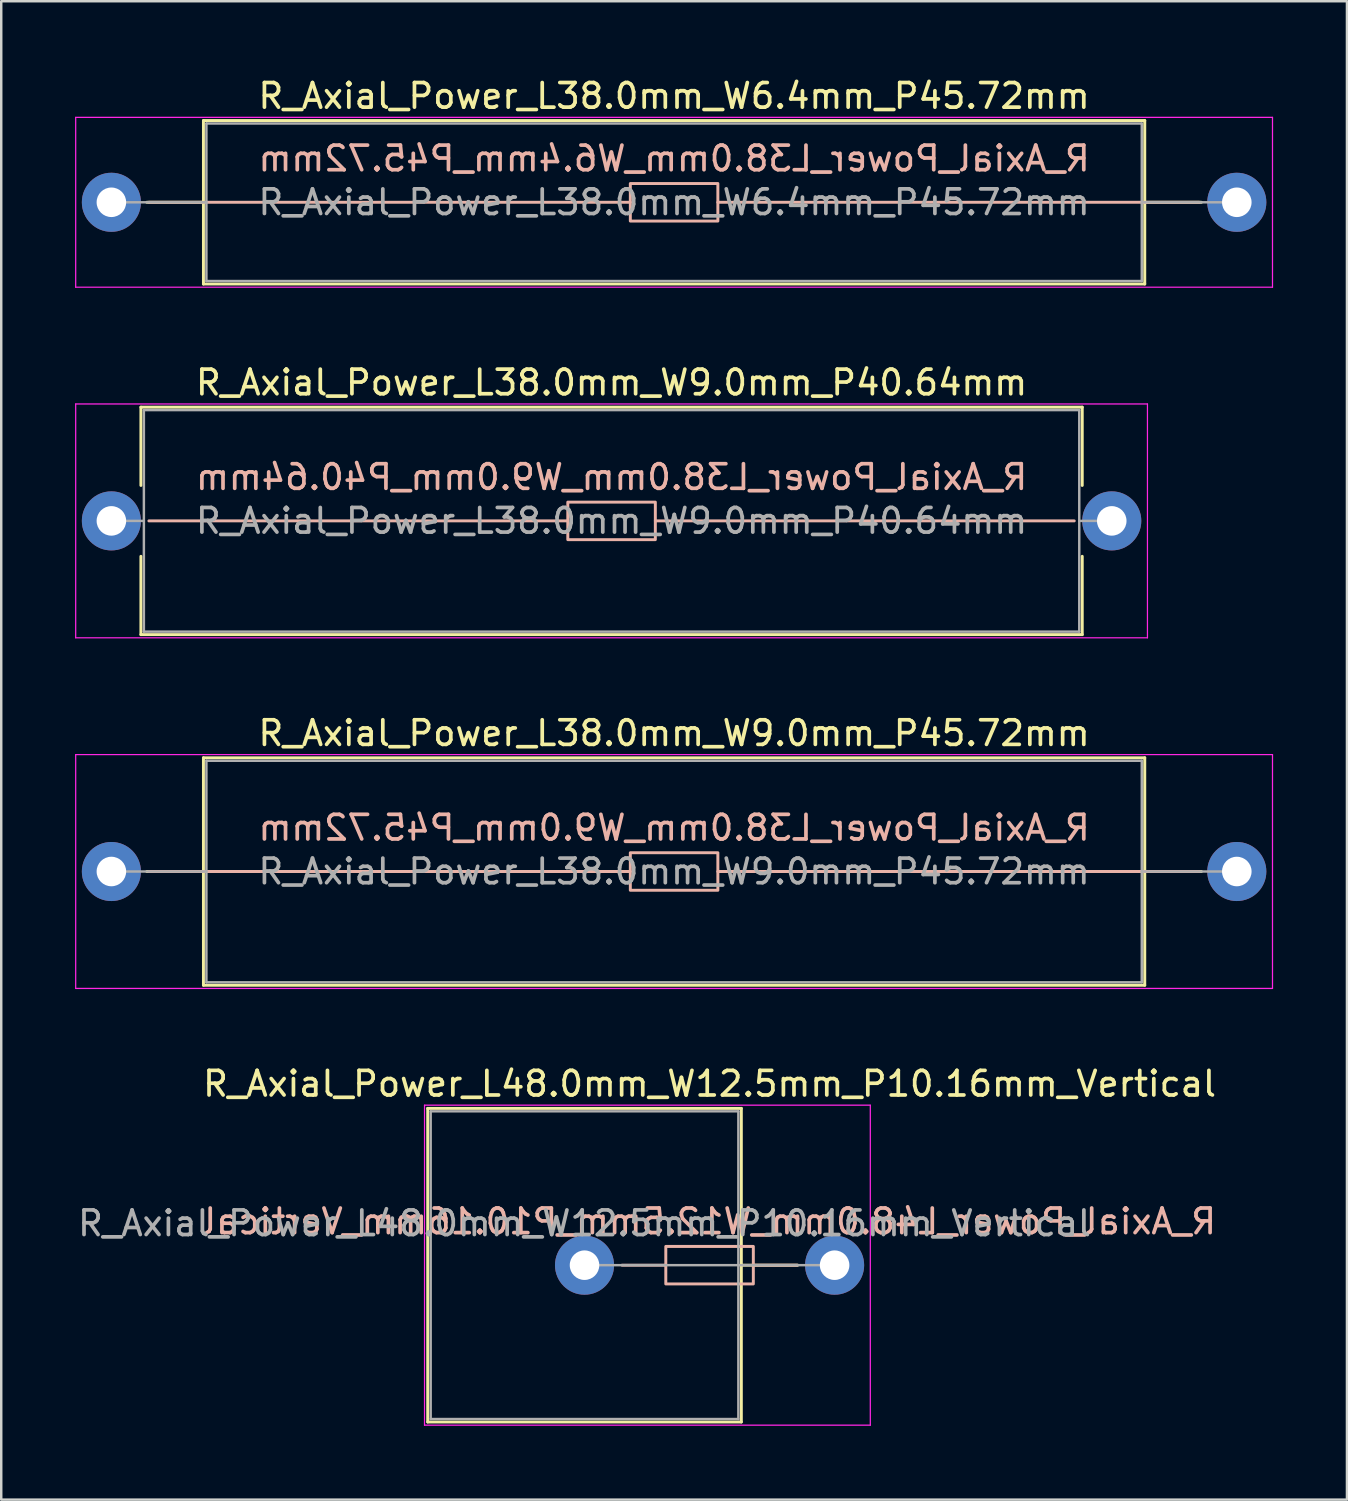
<source format=kicad_pcb>
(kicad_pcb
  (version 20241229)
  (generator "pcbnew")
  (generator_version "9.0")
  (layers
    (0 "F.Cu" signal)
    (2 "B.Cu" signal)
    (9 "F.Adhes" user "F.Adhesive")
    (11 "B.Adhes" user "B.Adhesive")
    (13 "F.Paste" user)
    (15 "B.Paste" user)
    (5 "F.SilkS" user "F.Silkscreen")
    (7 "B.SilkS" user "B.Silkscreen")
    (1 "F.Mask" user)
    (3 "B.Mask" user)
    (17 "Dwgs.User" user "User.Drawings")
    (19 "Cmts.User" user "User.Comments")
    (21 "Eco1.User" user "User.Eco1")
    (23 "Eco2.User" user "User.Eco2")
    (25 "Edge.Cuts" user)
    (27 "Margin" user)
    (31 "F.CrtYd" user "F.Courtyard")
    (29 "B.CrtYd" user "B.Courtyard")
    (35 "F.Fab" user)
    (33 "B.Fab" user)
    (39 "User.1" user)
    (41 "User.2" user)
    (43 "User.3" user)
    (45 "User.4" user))
  (footprint "R_Axial_Power_L38.0mm_W9.0mm_P45.72mm"
    (layer "F.Cu")
    (at 1.475 32.355)
    (property "Reference" "R_Axial_Power_L38.0mm_W9.0mm_P45.72mm" (at 22.86 -5.62 0) (layer "F.SilkS") (effects (font (size 1 1) (thickness 0.15))))
    (fp_line (start 1.44 0) (end 3.74 0) (stroke (width 0.12) (type solid)) (layer "F.SilkS"))
    (fp_line (start 3.74 -4.62) (end 3.74 4.62) (stroke (width 0.12) (type solid)) (layer "F.SilkS"))
    (fp_line (start 3.74 4.62) (end 41.98 4.62) (stroke (width 0.12) (type solid)) (layer "F.SilkS"))
    (fp_line (start 41.98 -4.62) (end 3.74 -4.62) (stroke (width 0.12) (type solid)) (layer "F.SilkS"))
    (fp_line (start 41.98 4.62) (end 41.98 -4.62) (stroke (width 0.12) (type solid)) (layer "F.SilkS"))
    (fp_line (start 44.28 0) (end 41.98 0) (stroke (width 0.12) (type solid)) (layer "F.SilkS"))
    (fp_line (start 21.082 0) (end 1.524 0) (stroke (width 0.12) (type solid)) (layer "B.SilkS"))
    (fp_line (start 24.638 0) (end 44.196 0) (stroke (width 0.12) (type solid)) (layer "B.SilkS"))
    (fp_rect (start 21.082 -0.762) (end 24.638 0.762) (stroke (width 0.12) (type solid)) (fill no) (layer "B.SilkS"))
    (fp_line (start -1.45 -4.75) (end -1.45 4.75) (stroke (width 0.05) (type solid)) (layer "F.CrtYd"))
    (fp_line (start -1.45 4.75) (end 47.17 4.75) (stroke (width 0.05) (type solid)) (layer "F.CrtYd"))
    (fp_line (start 47.17 -4.75) (end -1.45 -4.75) (stroke (width 0.05) (type solid)) (layer "F.CrtYd"))
    (fp_line (start 47.17 4.75) (end 47.17 -4.75) (stroke (width 0.05) (type solid)) (layer "F.CrtYd"))
    (fp_line (start 0 0) (end 3.86 0) (stroke (width 0.1) (type solid)) (layer "F.Fab"))
    (fp_line (start 3.86 -4.5) (end 3.86 4.5) (stroke (width 0.1) (type solid)) (layer "F.Fab"))
    (fp_line (start 3.86 4.5) (end 41.86 4.5) (stroke (width 0.1) (type solid)) (layer "F.Fab"))
    (fp_line (start 41.86 -4.5) (end 3.86 -4.5) (stroke (width 0.1) (type solid)) (layer "F.Fab"))
    (fp_line (start 41.86 4.5) (end 41.86 -4.5) (stroke (width 0.1) (type solid)) (layer "F.Fab"))
    (fp_line (start 45.72 0) (end 41.86 0) (stroke (width 0.1) (type solid)) (layer "F.Fab"))
    (fp_text user "${REFERENCE}" (at 22.86 -1.778 0) (layer "B.SilkS") (effects (font (size 1 1) (thickness 0.15)) (justify mirror)))
    (fp_text user "${REFERENCE}" (at 22.86 0 0) (layer "F.Fab") (effects (font (size 1 1) (thickness 0.15))))
    (pad "1" thru_hole circle (at 0 0) (size 2.4 2.4) (drill 1.2) (layers "*.Cu" "*.Mask"))
    (pad "2" thru_hole oval (at 45.72 0) (size 2.4 2.4) (drill 1.2) (layers "*.Cu" "*.Mask")))
  (footprint "R_Axial_Power_L38.0mm_W6.4mm_P45.72mm"
    (layer "F.Cu")
    (at 1.475 5.168)
    (property "Reference" "R_Axial_Power_L38.0mm_W6.4mm_P45.72mm" (at 22.86 -4.32 0) (layer "F.SilkS") (effects (font (size 1 1) (thickness 0.15))))
    (fp_line (start 1.44 0) (end 3.74 0) (stroke (width 0.12) (type solid)) (layer "F.SilkS"))
    (fp_line (start 3.74 -3.32) (end 3.74 3.32) (stroke (width 0.12) (type solid)) (layer "F.SilkS"))
    (fp_line (start 3.74 3.32) (end 41.98 3.32) (stroke (width 0.12) (type solid)) (layer "F.SilkS"))
    (fp_line (start 41.98 -3.32) (end 3.74 -3.32) (stroke (width 0.12) (type solid)) (layer "F.SilkS"))
    (fp_line (start 41.98 3.32) (end 41.98 -3.32) (stroke (width 0.12) (type solid)) (layer "F.SilkS"))
    (fp_line (start 44.28 0) (end 41.98 0) (stroke (width 0.12) (type solid)) (layer "F.SilkS"))
    (fp_line (start 21.082 0) (end 1.524 0) (stroke (width 0.12) (type solid)) (layer "B.SilkS"))
    (fp_line (start 24.638 0) (end 44.196 0) (stroke (width 0.12) (type solid)) (layer "B.SilkS"))
    (fp_rect (start 21.082 -0.762) (end 24.638 0.762) (stroke (width 0.12) (type solid)) (fill no) (layer "B.SilkS"))
    (fp_line (start -1.45 -3.45) (end -1.45 3.45) (stroke (width 0.05) (type solid)) (layer "F.CrtYd"))
    (fp_line (start -1.45 3.45) (end 47.17 3.45) (stroke (width 0.05) (type solid)) (layer "F.CrtYd"))
    (fp_line (start 47.17 -3.45) (end -1.45 -3.45) (stroke (width 0.05) (type solid)) (layer "F.CrtYd"))
    (fp_line (start 47.17 3.45) (end 47.17 -3.45) (stroke (width 0.05) (type solid)) (layer "F.CrtYd"))
    (fp_line (start 0 0) (end 3.86 0) (stroke (width 0.1) (type solid)) (layer "F.Fab"))
    (fp_line (start 3.86 -3.2) (end 3.86 3.2) (stroke (width 0.1) (type solid)) (layer "F.Fab"))
    (fp_line (start 3.86 3.2) (end 41.86 3.2) (stroke (width 0.1) (type solid)) (layer "F.Fab"))
    (fp_line (start 41.86 -3.2) (end 3.86 -3.2) (stroke (width 0.1) (type solid)) (layer "F.Fab"))
    (fp_line (start 41.86 3.2) (end 41.86 -3.2) (stroke (width 0.1) (type solid)) (layer "F.Fab"))
    (fp_line (start 45.72 0) (end 41.86 0) (stroke (width 0.1) (type solid)) (layer "F.Fab"))
    (fp_text user "${REFERENCE}" (at 22.86 -1.778 0) (layer "B.SilkS") (effects (font (size 1 1) (thickness 0.15)) (justify mirror)))
    (fp_text user "${REFERENCE}" (at 22.86 0 0) (layer "F.Fab") (effects (font (size 1 1) (thickness 0.15))))
    (pad "1" thru_hole circle (at 0 0) (size 2.4 2.4) (drill 1.2) (layers "*.Cu" "*.Mask"))
    (pad "2" thru_hole oval (at 45.72 0) (size 2.4 2.4) (drill 1.2) (layers "*.Cu" "*.Mask")))
  (footprint "R_Axial_Power_L38.0mm_W9.0mm_P40.64mm"
    (layer "F.Cu")
    (at 1.475 18.111)
    (property "Reference" "R_Axial_Power_L38.0mm_W9.0mm_P40.64mm" (at 20.32 -5.62 0) (layer "F.SilkS") (effects (font (size 1 1) (thickness 0.15))))
    (fp_line (start 1.2 -4.62) (end 39.44 -4.62) (stroke (width 0.12) (type solid)) (layer "F.SilkS"))
    (fp_line (start 1.2 -1.44) (end 1.2 -4.62) (stroke (width 0.12) (type solid)) (layer "F.SilkS"))
    (fp_line (start 1.2 1.44) (end 1.2 4.62) (stroke (width 0.12) (type solid)) (layer "F.SilkS"))
    (fp_line (start 1.2 4.62) (end 39.44 4.62) (stroke (width 0.12) (type solid)) (layer "F.SilkS"))
    (fp_line (start 39.44 -4.62) (end 39.44 -1.44) (stroke (width 0.12) (type solid)) (layer "F.SilkS"))
    (fp_line (start 39.44 4.62) (end 39.44 1.44) (stroke (width 0.12) (type solid)) (layer "F.SilkS"))
    (fp_line (start 18.542 0) (end 1.524 0) (stroke (width 0.12) (type solid)) (layer "B.SilkS"))
    (fp_line (start 22.098 0) (end 39.116 0) (stroke (width 0.12) (type solid)) (layer "B.SilkS"))
    (fp_rect (start 18.542 -0.762) (end 22.098 0.762) (stroke (width 0.12) (type solid)) (fill no) (layer "B.SilkS"))
    (fp_line (start -1.45 -4.75) (end -1.45 4.75) (stroke (width 0.05) (type solid)) (layer "F.CrtYd"))
    (fp_line (start -1.45 4.75) (end 42.09 4.75) (stroke (width 0.05) (type solid)) (layer "F.CrtYd"))
    (fp_line (start 42.09 -4.75) (end -1.45 -4.75) (stroke (width 0.05) (type solid)) (layer "F.CrtYd"))
    (fp_line (start 42.09 4.75) (end 42.09 -4.75) (stroke (width 0.05) (type solid)) (layer "F.CrtYd"))
    (fp_line (start 0 0) (end 1.32 0) (stroke (width 0.1) (type solid)) (layer "F.Fab"))
    (fp_line (start 1.32 -4.5) (end 1.32 4.5) (stroke (width 0.1) (type solid)) (layer "F.Fab"))
    (fp_line (start 1.32 4.5) (end 39.32 4.5) (stroke (width 0.1) (type solid)) (layer "F.Fab"))
    (fp_line (start 39.32 -4.5) (end 1.32 -4.5) (stroke (width 0.1) (type solid)) (layer "F.Fab"))
    (fp_line (start 39.32 4.5) (end 39.32 -4.5) (stroke (width 0.1) (type solid)) (layer "F.Fab"))
    (fp_line (start 40.64 0) (end 39.32 0) (stroke (width 0.1) (type solid)) (layer "F.Fab"))
    (fp_text user "${REFERENCE}" (at 20.32 -1.778 0) (layer "B.SilkS") (effects (font (size 1 1) (thickness 0.15)) (justify mirror)))
    (fp_text user "${REFERENCE}" (at 20.32 0 0) (layer "F.Fab") (effects (font (size 1 1) (thickness 0.15))))
    (pad "1" thru_hole circle (at 0 0) (size 2.4 2.4) (drill 1.2) (layers "*.Cu" "*.Mask"))
    (pad "2" thru_hole oval (at 40.64 0) (size 2.4 2.4) (drill 1.2) (layers "*.Cu" "*.Mask")))
  (footprint "R_Axial_Power_L48.0mm_W12.5mm_P10.16mm_Vertical"
    (layer "F.Cu")
    (at 20.696 48.348)
    (property "Reference" "R_Axial_Power_L48.0mm_W12.5mm_P10.16mm_Vertical" (at 5.08 -7.37 0) (layer "F.SilkS") (effects (font (size 1 1) (thickness 0.15))))
    (fp_line (start -6.37 -6.37) (end -6.37 6.37) (stroke (width 0.12) (type solid)) (layer "F.SilkS"))
    (fp_line (start -6.37 6.37) (end 6.37 6.37) (stroke (width 0.12) (type solid)) (layer "F.SilkS"))
    (fp_line (start 6.37 -6.37) (end -6.37 -6.37) (stroke (width 0.12) (type solid)) (layer "F.SilkS"))
    (fp_line (start 6.37 0) (end 8.66 0) (stroke (width 0.12) (type solid)) (layer "F.SilkS"))
    (fp_line (start 6.37 6.37) (end 6.37 -6.37) (stroke (width 0.12) (type solid)) (layer "F.SilkS"))
    (fp_line (start 3.302 0) (end 1.524 0) (stroke (width 0.12) (type solid)) (layer "B.SilkS"))
    (fp_line (start 6.858 0) (end 8.636 0) (stroke (width 0.12) (type solid)) (layer "B.SilkS"))
    (fp_rect (start 3.302 -0.762) (end 6.858 0.762) (stroke (width 0.12) (type solid)) (fill no) (layer "B.SilkS"))
    (fp_line (start -6.5 -6.5) (end -6.5 6.5) (stroke (width 0.05) (type solid)) (layer "F.CrtYd"))
    (fp_line (start -6.5 6.5) (end 11.61 6.5) (stroke (width 0.05) (type solid)) (layer "F.CrtYd"))
    (fp_line (start 11.61 -6.5) (end -6.5 -6.5) (stroke (width 0.05) (type solid)) (layer "F.CrtYd"))
    (fp_line (start 11.61 6.5) (end 11.61 -6.5) (stroke (width 0.05) (type solid)) (layer "F.CrtYd"))
    (fp_line (start -6.25 -6.25) (end -6.25 6.25) (stroke (width 0.1) (type solid)) (layer "F.Fab"))
    (fp_line (start -6.25 6.25) (end 6.25 6.25) (stroke (width 0.1) (type solid)) (layer "F.Fab"))
    (fp_line (start 0 0) (end 10.16 0) (stroke (width 0.1) (type solid)) (layer "F.Fab"))
    (fp_line (start 6.25 -6.25) (end -6.25 -6.25) (stroke (width 0.1) (type solid)) (layer "F.Fab"))
    (fp_line (start 6.25 6.25) (end 6.25 -6.25) (stroke (width 0.1) (type solid)) (layer "F.Fab"))
    (fp_text user "${REFERENCE}" (at 5.08 -1.778 0) (layer "B.SilkS") (effects (font (size 1 1) (thickness 0.15)) (justify mirror)))
    (fp_text user "${REFERENCE}" (at 0 -1.7 0) (layer "F.Fab") (effects (font (size 1 1) (thickness 0.15))))
    (pad "1" thru_hole circle (at 0 0) (size 2.4 2.4) (drill 1.2) (layers "*.Cu" "*.Mask"))
    (pad "2" thru_hole oval (at 10.16 0) (size 2.4 2.4) (drill 1.2) (layers "*.Cu" "*.Mask")))
  (gr_rect
    (start -3 -3)
    (end 51.67 57.873)
    (stroke (width 0.1) (type default))
    (fill no)
    (layer "Edge.Cuts")))
</source>
